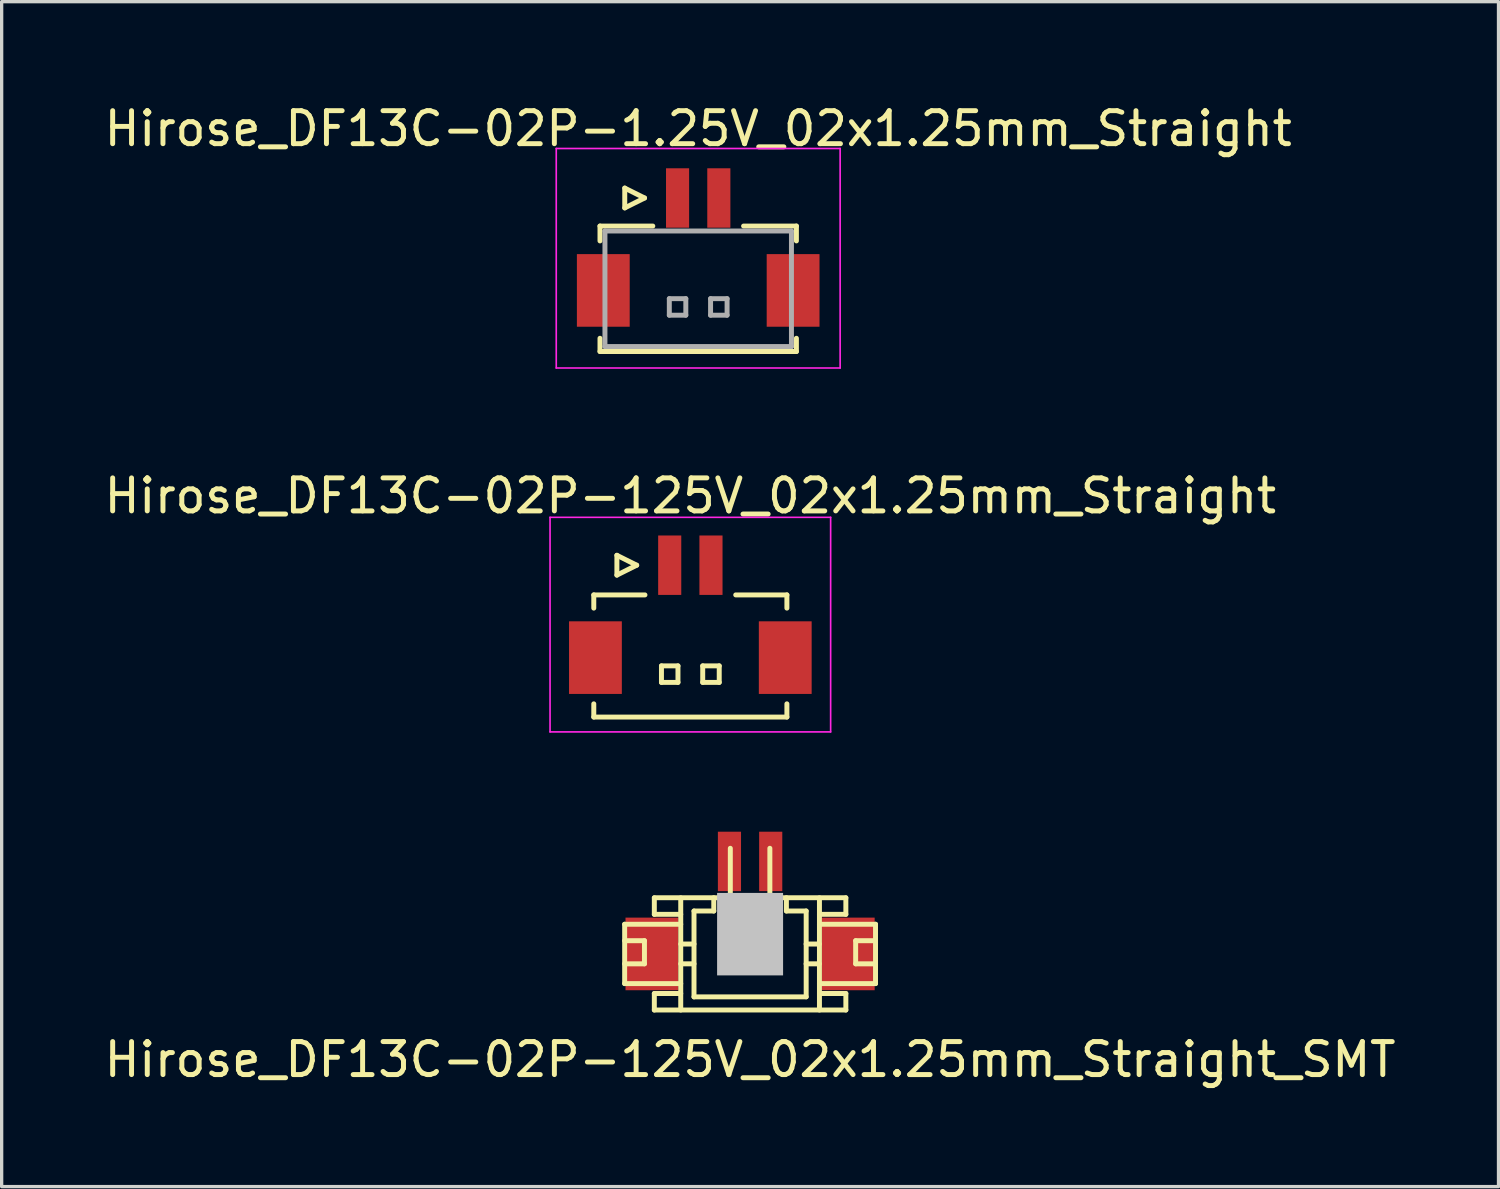
<source format=kicad_pcb>
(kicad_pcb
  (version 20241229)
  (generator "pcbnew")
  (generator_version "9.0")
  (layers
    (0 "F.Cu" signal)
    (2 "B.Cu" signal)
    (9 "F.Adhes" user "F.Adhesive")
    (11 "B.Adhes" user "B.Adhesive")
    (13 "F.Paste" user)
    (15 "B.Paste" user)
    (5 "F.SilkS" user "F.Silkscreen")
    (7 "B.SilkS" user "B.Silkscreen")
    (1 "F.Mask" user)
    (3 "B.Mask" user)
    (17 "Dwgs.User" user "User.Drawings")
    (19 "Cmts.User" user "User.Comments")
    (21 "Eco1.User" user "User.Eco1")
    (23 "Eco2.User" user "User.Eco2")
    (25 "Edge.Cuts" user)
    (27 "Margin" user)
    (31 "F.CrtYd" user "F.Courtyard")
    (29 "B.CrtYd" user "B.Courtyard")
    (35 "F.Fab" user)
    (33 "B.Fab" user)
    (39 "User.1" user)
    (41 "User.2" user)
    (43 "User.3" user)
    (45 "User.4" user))
  (footprint "Hirose_DF13C-02P-125V_02x1.25mm_Straight"
    (layer "F.Cu")
    (at 17.863 15.472)
    (property "Reference" "Hirose_DF13C-02P-125V_02x1.25mm_Straight" (at 0 -3.5 0) (layer "F.SilkS") (effects (font (size 1 1) (thickness 0.15))))
    (attr smd)
    (fp_line (start -2.925 -0.5) (end -2.925 -0.1) (stroke (width 0.15) (type solid)) (layer "F.SilkS"))
    (fp_line (start -2.925 -0.5) (end -1.375 -0.5) (stroke (width 0.15) (type solid)) (layer "F.SilkS"))
    (fp_line (start -2.925 3.2) (end -2.925 2.8) (stroke (width 0.15) (type solid)) (layer "F.SilkS"))
    (fp_line (start -2.925 3.2) (end 2.925 3.2) (stroke (width 0.15) (type solid)) (layer "F.SilkS"))
    (fp_line (start -2.225 -1.7) (end -2.225 -1.1) (stroke (width 0.15) (type solid)) (layer "F.SilkS"))
    (fp_line (start -2.225 -1.1) (end -1.625 -1.4) (stroke (width 0.15) (type solid)) (layer "F.SilkS"))
    (fp_line (start -1.625 -1.4) (end -2.225 -1.7) (stroke (width 0.15) (type solid)) (layer "F.SilkS"))
    (fp_line (start -0.875 1.65) (end -0.875 2.15) (stroke (width 0.15) (type solid)) (layer "F.SilkS"))
    (fp_line (start -0.875 2.15) (end -0.375 2.15) (stroke (width 0.15) (type solid)) (layer "F.SilkS"))
    (fp_line (start -0.375 1.65) (end -0.875 1.65) (stroke (width 0.15) (type solid)) (layer "F.SilkS"))
    (fp_line (start -0.375 2.15) (end -0.375 1.65) (stroke (width 0.15) (type solid)) (layer "F.SilkS"))
    (fp_line (start 0.375 1.65) (end 0.375 2.15) (stroke (width 0.15) (type solid)) (layer "F.SilkS"))
    (fp_line (start 0.375 2.15) (end 0.875 2.15) (stroke (width 0.15) (type solid)) (layer "F.SilkS"))
    (fp_line (start 0.875 1.65) (end 0.375 1.65) (stroke (width 0.15) (type solid)) (layer "F.SilkS"))
    (fp_line (start 0.875 2.15) (end 0.875 1.65) (stroke (width 0.15) (type solid)) (layer "F.SilkS"))
    (fp_line (start 2.925 -0.5) (end 1.375 -0.5) (stroke (width 0.15) (type solid)) (layer "F.SilkS"))
    (fp_line (start 2.925 -0.5) (end 2.925 -0.1) (stroke (width 0.15) (type solid)) (layer "F.SilkS"))
    (fp_line (start 2.925 3.2) (end 2.925 2.8) (stroke (width 0.15) (type solid)) (layer "F.SilkS"))
    (fp_line (start -4.25 -2.85) (end -4.25 3.65) (stroke (width 0.05) (type solid)) (layer "F.CrtYd"))
    (fp_line (start -4.25 3.65) (end 4.25 3.65) (stroke (width 0.05) (type solid)) (layer "F.CrtYd"))
    (fp_line (start 4.25 -2.85) (end -4.25 -2.85) (stroke (width 0.05) (type solid)) (layer "F.CrtYd"))
    (fp_line (start 4.25 3.65) (end 4.25 -2.85) (stroke (width 0.05) (type solid)) (layer "F.CrtYd"))
    (pad "" smd rect (at -2.875 1.4) (size 1.6 2.2) (layers "F.Cu" "F.Mask" "F.Paste"))
    (pad "" smd rect (at 2.875 1.4) (size 1.6 2.2) (layers "F.Cu" "F.Mask" "F.Paste"))
    (pad "1" smd rect (at -0.625 -1.4) (size 0.7 1.8) (layers "F.Cu" "F.Mask" "F.Paste"))
    (pad "2" smd rect (at 0.625 -1.4) (size 0.7 1.8) (layers "F.Cu" "F.Mask" "F.Paste")))
  (footprint "Hirose_DF13C-02P-1.25V_02x1.25mm_Straight"
    (layer "F.Cu")
    (at 18.101 4.348)
    (property "Reference" "Hirose_DF13C-02P-1.25V_02x1.25mm_Straight" (at 0 -3.5 0) (layer "F.SilkS") (effects (font (size 1 1) (thickness 0.15))))
    (attr smd)
    (fp_line (start -2.975 -0.55) (end -2.975 -0.1) (stroke (width 0.15) (type solid)) (layer "F.SilkS"))
    (fp_line (start -2.975 -0.55) (end -1.375 -0.55) (stroke (width 0.15) (type solid)) (layer "F.SilkS"))
    (fp_line (start -2.975 3.25) (end -2.975 2.85) (stroke (width 0.15) (type solid)) (layer "F.SilkS"))
    (fp_line (start -2.975 3.25) (end 2.975 3.25) (stroke (width 0.15) (type solid)) (layer "F.SilkS"))
    (fp_line (start -2.225 -1.7) (end -2.225 -1.1) (stroke (width 0.15) (type solid)) (layer "F.SilkS"))
    (fp_line (start -2.225 -1.1) (end -1.625 -1.4) (stroke (width 0.15) (type solid)) (layer "F.SilkS"))
    (fp_line (start -1.625 -1.4) (end -2.225 -1.7) (stroke (width 0.15) (type solid)) (layer "F.SilkS"))
    (fp_line (start 2.975 -0.55) (end 1.375 -0.55) (stroke (width 0.15) (type solid)) (layer "F.SilkS"))
    (fp_line (start 2.975 -0.55) (end 2.975 -0.1) (stroke (width 0.15) (type solid)) (layer "F.SilkS"))
    (fp_line (start 2.975 3.25) (end 2.975 2.85) (stroke (width 0.15) (type solid)) (layer "F.SilkS"))
    (fp_line (start -4.3 -2.9) (end -4.3 3.75) (stroke (width 0.05) (type solid)) (layer "F.CrtYd"))
    (fp_line (start -4.3 3.75) (end 4.3 3.75) (stroke (width 0.05) (type solid)) (layer "F.CrtYd"))
    (fp_line (start 4.3 -2.9) (end -4.3 -2.9) (stroke (width 0.05) (type solid)) (layer "F.CrtYd"))
    (fp_line (start 4.3 3.75) (end 4.3 -2.9) (stroke (width 0.05) (type solid)) (layer "F.CrtYd"))
    (fp_line (start -2.825 -0.4) (end -2.825 3.1) (stroke (width 0.15) (type solid)) (layer "F.Fab"))
    (fp_line (start -2.825 3.1) (end 2.825 3.1) (stroke (width 0.15) (type solid)) (layer "F.Fab"))
    (fp_line (start -0.875 1.65) (end -0.875 2.15) (stroke (width 0.15) (type solid)) (layer "F.Fab"))
    (fp_line (start -0.875 2.15) (end -0.375 2.15) (stroke (width 0.15) (type solid)) (layer "F.Fab"))
    (fp_line (start -0.375 1.65) (end -0.875 1.65) (stroke (width 0.15) (type solid)) (layer "F.Fab"))
    (fp_line (start -0.375 2.15) (end -0.375 1.65) (stroke (width 0.15) (type solid)) (layer "F.Fab"))
    (fp_line (start 0.375 1.65) (end 0.375 2.15) (stroke (width 0.15) (type solid)) (layer "F.Fab"))
    (fp_line (start 0.375 2.15) (end 0.875 2.15) (stroke (width 0.15) (type solid)) (layer "F.Fab"))
    (fp_line (start 0.875 1.65) (end 0.375 1.65) (stroke (width 0.15) (type solid)) (layer "F.Fab"))
    (fp_line (start 0.875 2.15) (end 0.875 1.65) (stroke (width 0.15) (type solid)) (layer "F.Fab"))
    (fp_line (start 2.825 -0.4) (end -2.825 -0.4) (stroke (width 0.15) (type solid)) (layer "F.Fab"))
    (fp_line (start 2.825 3.1) (end 2.825 -0.4) (stroke (width 0.15) (type solid)) (layer "F.Fab"))
    (pad "" smd rect (at -2.875 1.4) (size 1.6 2.2) (layers "F.Cu" "F.Mask" "F.Paste"))
    (pad "" smd rect (at 2.875 1.4) (size 1.6 2.2) (layers "F.Cu" "F.Mask" "F.Paste"))
    (pad "1" smd rect (at -0.625 -1.4) (size 0.7 1.8) (layers "F.Cu" "F.Mask" "F.Paste"))
    (pad "2" smd rect (at 0.625 -1.4) (size 0.7 1.8) (layers "F.Cu" "F.Mask" "F.Paste")))
  (footprint "Hirose_DF13C-02P-125V_02x1.25mm_Straight_SMT"
    (layer "F.Cu")
    (at 19.673 25.048)
    (property "Reference" "Hirose_DF13C-02P-125V_02x1.25mm_Straight_SMT" (at 0 4 0) (layer "F.SilkS") (effects (font (size 1 1) (thickness 0.15))))
    (attr smd)
    (fp_line (start -3.8 -0.099) (end -2.101 -0.099) (stroke (width 0.15) (type solid)) (layer "F.SilkS"))
    (fp_line (start -3.8 0.399) (end -3.2 0.399) (stroke (width 0.15) (type solid)) (layer "F.SilkS"))
    (fp_line (start -3.8 1.699) (end -3.8 -0.099) (stroke (width 0.15) (type solid)) (layer "F.SilkS"))
    (fp_line (start -3.8 1.699) (end -2.101 1.699) (stroke (width 0.15) (type solid)) (layer "F.SilkS"))
    (fp_line (start -3.2 0.399) (end -3.2 1.1) (stroke (width 0.15) (type solid)) (layer "F.SilkS"))
    (fp_line (start -3.2 1.1) (end -3.8 1.1) (stroke (width 0.15) (type solid)) (layer "F.SilkS"))
    (fp_line (start -2.901 -0.902) (end 2.901 -0.902) (stroke (width 0.15) (type solid)) (layer "F.SilkS"))
    (fp_line (start -2.901 -0.399) (end -2.901 -0.899) (stroke (width 0.15) (type solid)) (layer "F.SilkS"))
    (fp_line (start -2.901 2.499) (end -2.901 1.999) (stroke (width 0.15) (type solid)) (layer "F.SilkS"))
    (fp_line (start -2.901 2.499) (end 2.901 2.499) (stroke (width 0.15) (type solid)) (layer "F.SilkS"))
    (fp_line (start -2.101 -0.899) (end -2.101 2.499) (stroke (width 0.15) (type solid)) (layer "F.SilkS"))
    (fp_line (start -2.101 -0.399) (end -2.901 -0.399) (stroke (width 0.15) (type solid)) (layer "F.SilkS"))
    (fp_line (start -2.101 0.5) (end -1.699 0.5) (stroke (width 0.15) (type solid)) (layer "F.SilkS"))
    (fp_line (start -2.101 1.1) (end -1.699 1.1) (stroke (width 0.15) (type solid)) (layer "F.SilkS"))
    (fp_line (start -2.101 1.999) (end -2.901 1.999) (stroke (width 0.15) (type solid)) (layer "F.SilkS"))
    (fp_line (start -1.699 -0.5) (end -1.1 -0.5) (stroke (width 0.15) (type solid)) (layer "F.SilkS"))
    (fp_line (start -1.699 2.101) (end -1.699 -0.5) (stroke (width 0.15) (type solid)) (layer "F.SilkS"))
    (fp_line (start -1.1 -0.902) (end -1.1 -0.5) (stroke (width 0.15) (type solid)) (layer "F.SilkS"))
    (fp_line (start -0.701 0.998) (end -0.701 1.199) (stroke (width 0.15) (type solid)) (layer "F.SilkS"))
    (fp_line (start -0.701 1.199) (end -0.5 1.199) (stroke (width 0.15) (type solid)) (layer "F.SilkS"))
    (fp_line (start -0.599 -0.902) (end -0.599 -2.4) (stroke (width 0.15) (type solid)) (layer "F.SilkS"))
    (fp_line (start -0.5 0.998) (end -0.701 0.998) (stroke (width 0.15) (type solid)) (layer "F.SilkS"))
    (fp_line (start -0.5 1.199) (end -0.5 0.998) (stroke (width 0.15) (type solid)) (layer "F.SilkS"))
    (fp_line (start 0.5 0.998) (end 0.701 0.998) (stroke (width 0.15) (type solid)) (layer "F.SilkS"))
    (fp_line (start 0.5 1.199) (end 0.5 0.998) (stroke (width 0.15) (type solid)) (layer "F.SilkS"))
    (fp_line (start 0.599 -0.902) (end 0.599 -2.4) (stroke (width 0.15) (type solid)) (layer "F.SilkS"))
    (fp_line (start 0.701 0.998) (end 0.701 1.199) (stroke (width 0.15) (type solid)) (layer "F.SilkS"))
    (fp_line (start 0.701 1.199) (end 0.5 1.199) (stroke (width 0.15) (type solid)) (layer "F.SilkS"))
    (fp_line (start 1.1 -0.5) (end 1.1 -0.902) (stroke (width 0.15) (type solid)) (layer "F.SilkS"))
    (fp_line (start 1.697 1.1) (end 2.098 1.1) (stroke (width 0.15) (type solid)) (layer "F.SilkS"))
    (fp_line (start 1.699 -0.5) (end 1.1 -0.5) (stroke (width 0.15) (type solid)) (layer "F.SilkS"))
    (fp_line (start 1.699 2.098) (end 1.699 -0.5) (stroke (width 0.15) (type solid)) (layer "F.SilkS"))
    (fp_line (start 1.699 2.101) (end -1.699 2.101) (stroke (width 0.15) (type solid)) (layer "F.SilkS"))
    (fp_line (start 2.098 0.5) (end 1.697 0.5) (stroke (width 0.15) (type solid)) (layer "F.SilkS"))
    (fp_line (start 2.101 -0.899) (end 2.101 2.499) (stroke (width 0.15) (type solid)) (layer "F.SilkS"))
    (fp_line (start 2.901 -0.399) (end 2.101 -0.399) (stroke (width 0.15) (type solid)) (layer "F.SilkS"))
    (fp_line (start 2.901 -0.399) (end 2.901 -0.899) (stroke (width 0.15) (type solid)) (layer "F.SilkS"))
    (fp_line (start 2.901 1.999) (end 2.101 1.999) (stroke (width 0.15) (type solid)) (layer "F.SilkS"))
    (fp_line (start 2.901 2.499) (end 2.901 1.999) (stroke (width 0.15) (type solid)) (layer "F.SilkS"))
    (fp_line (start 3.198 0.399) (end 3.198 1.1) (stroke (width 0.15) (type solid)) (layer "F.SilkS"))
    (fp_line (start 3.2 0.399) (end 3.8 0.399) (stroke (width 0.15) (type solid)) (layer "F.SilkS"))
    (fp_line (start 3.2 1.1) (end 3.8 1.1) (stroke (width 0.15) (type solid)) (layer "F.SilkS"))
    (fp_line (start 3.8 -0.099) (end 2.101 -0.099) (stroke (width 0.15) (type solid)) (layer "F.SilkS"))
    (fp_line (start 3.8 -0.099) (end 3.8 1.699) (stroke (width 0.15) (type solid)) (layer "F.SilkS"))
    (fp_line (start 3.8 1.699) (end 2.101 1.699) (stroke (width 0.15) (type solid)) (layer "F.SilkS"))
    (pad "" smd rect (at -2.974 0.8) (size 1.6 2.2) (layers "F.Cu" "F.Mask" "F.Paste"))
    (pad "" smd rect (at 0 0.201) (size 1.999 2.499) (layers "Dwgs.User"))
    (pad "" smd rect (at 2.974 0.8) (size 1.6 2.2) (layers "F.Cu" "F.Mask" "F.Paste"))
    (pad "1" smd rect (at -0.625 -2.002) (size 0.701 1.801) (layers "F.Cu" "F.Mask" "F.Paste"))
    (pad "2" smd rect (at 0.625 -2.002) (size 0.701 1.801) (layers "F.Cu" "F.Mask" "F.Paste")))
  (gr_rect
    (start -3 -3)
    (end 42.345 32.897)
    (stroke (width 0.1) (type default))
    (fill no)
    (layer "Edge.Cuts")))
</source>
